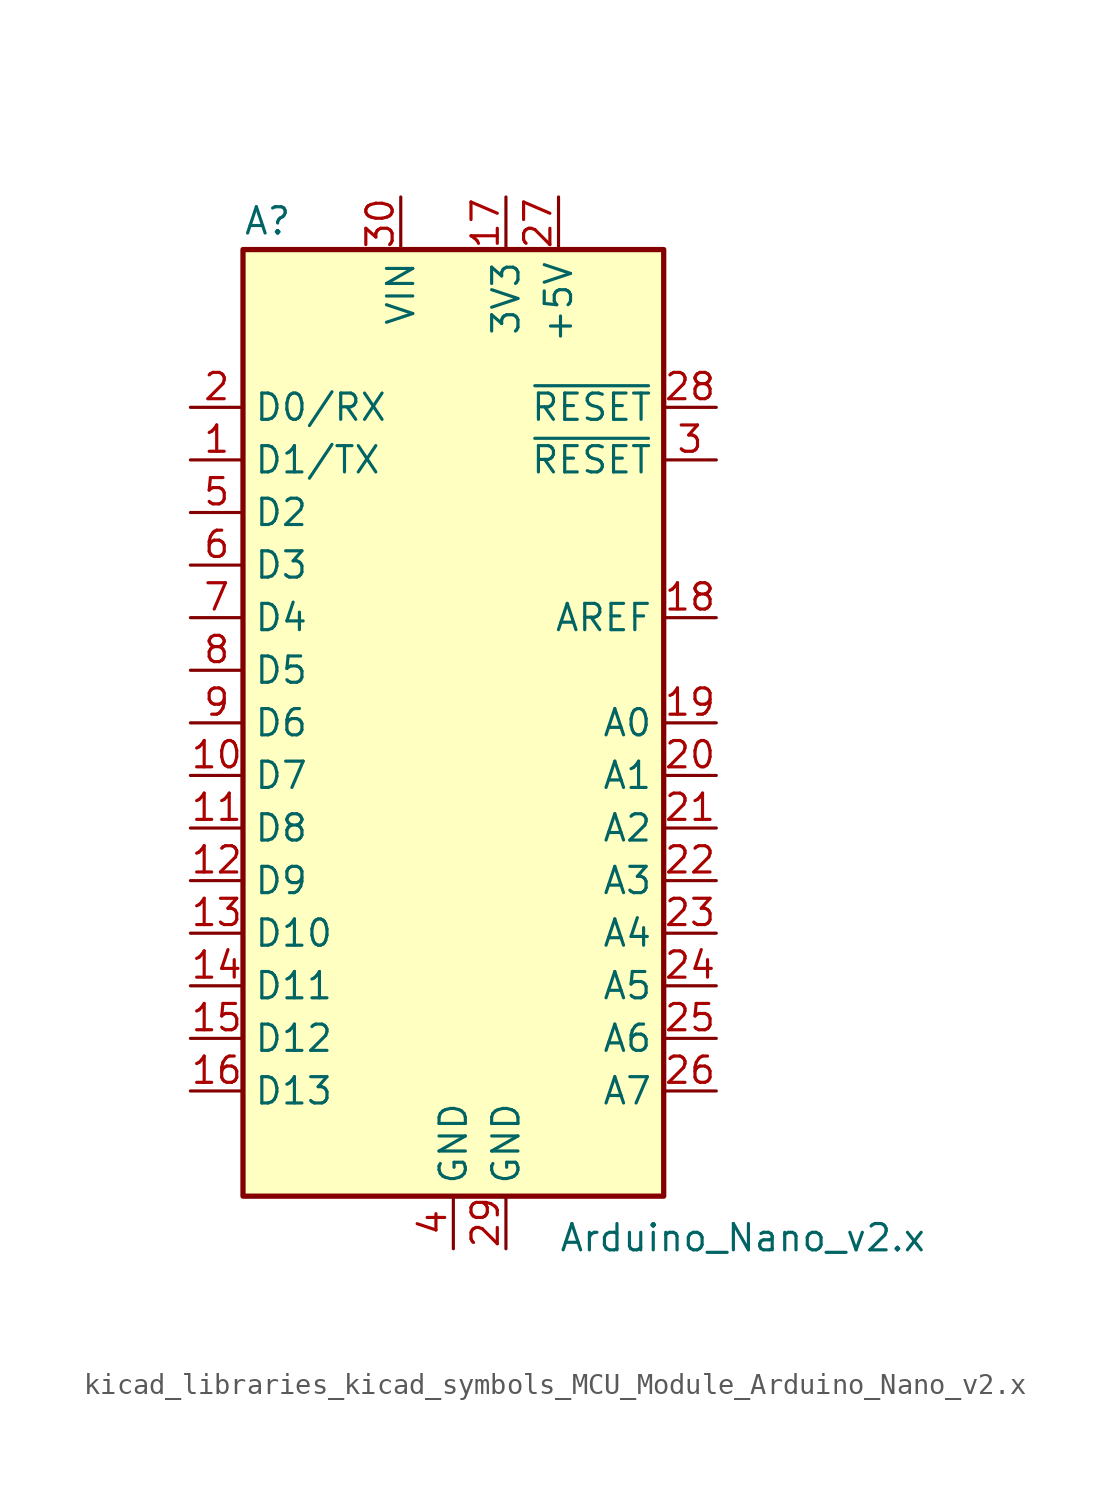
<source format=kicad_sym>
(kicad_symbol_lib
  (version 20220914)
  (generator kicad_symbol_editor)
  (symbol "kicad_libraries_kicad_symbols_MCU_Module_Arduino_Nano_v2.x"
    (property "Reference" "A"
      (at -10.16 23.495 0)
      (effects (font (size 1.27 1.27)) (justify left bottom)))
    (property "Value" "Arduino_Nano_v2.x"
      (at 5.08 -24.13 0)
      (effects (font (size 1.27 1.27)) (justify left top)))
    (symbol "kicad_libraries_kicad_symbols_MCU_Module_Arduino_Nano_v2.x_0_1"
      (rectangle (start -10.16 22.86) (end 10.16 -22.86) (stroke (width 0.254) (type default)) (fill (type background))))
    (symbol "kicad_libraries_kicad_symbols_MCU_Module_Arduino_Nano_v2.x_1_1"
      (pin bidirectional line (at -12.7 12.7 0) (length 2.54) (name "D1/TX" (effects (font (size 1.27 1.27)))) (number "1" (effects (font (size 1.27 1.27)))))
      (pin bidirectional line (at -12.7 -2.54 0) (length 2.54) (name "D7" (effects (font (size 1.27 1.27)))) (number "10" (effects (font (size 1.27 1.27)))))
      (pin bidirectional line (at -12.7 -5.08 0) (length 2.54) (name "D8" (effects (font (size 1.27 1.27)))) (number "11" (effects (font (size 1.27 1.27)))))
      (pin bidirectional line (at -12.7 -7.62 0) (length 2.54) (name "D9" (effects (font (size 1.27 1.27)))) (number "12" (effects (font (size 1.27 1.27)))))
      (pin bidirectional line (at -12.7 -10.16 0) (length 2.54) (name "D10" (effects (font (size 1.27 1.27)))) (number "13" (effects (font (size 1.27 1.27)))))
      (pin bidirectional line (at -12.7 -12.7 0) (length 2.54) (name "D11" (effects (font (size 1.27 1.27)))) (number "14" (effects (font (size 1.27 1.27)))))
      (pin bidirectional line (at -12.7 -15.24 0) (length 2.54) (name "D12" (effects (font (size 1.27 1.27)))) (number "15" (effects (font (size 1.27 1.27)))))
      (pin bidirectional line (at -12.7 -17.78 0) (length 2.54) (name "D13" (effects (font (size 1.27 1.27)))) (number "16" (effects (font (size 1.27 1.27)))))
      (pin power_out line (at 2.54 25.4 270) (length 2.54) (name "3V3" (effects (font (size 1.27 1.27)))) (number "17" (effects (font (size 1.27 1.27)))))
      (pin input line (at 12.7 5.08 180) (length 2.54) (name "AREF" (effects (font (size 1.27 1.27)))) (number "18" (effects (font (size 1.27 1.27)))))
      (pin bidirectional line (at 12.7 0 180) (length 2.54) (name "A0" (effects (font (size 1.27 1.27)))) (number "19" (effects (font (size 1.27 1.27)))))
      (pin bidirectional line (at -12.7 15.24 0) (length 2.54) (name "D0/RX" (effects (font (size 1.27 1.27)))) (number "2" (effects (font (size 1.27 1.27)))))
      (pin bidirectional line (at 12.7 -2.54 180) (length 2.54) (name "A1" (effects (font (size 1.27 1.27)))) (number "20" (effects (font (size 1.27 1.27)))))
      (pin bidirectional line (at 12.7 -5.08 180) (length 2.54) (name "A2" (effects (font (size 1.27 1.27)))) (number "21" (effects (font (size 1.27 1.27)))))
      (pin bidirectional line (at 12.7 -7.62 180) (length 2.54) (name "A3" (effects (font (size 1.27 1.27)))) (number "22" (effects (font (size 1.27 1.27)))))
      (pin bidirectional line (at 12.7 -10.16 180) (length 2.54) (name "A4" (effects (font (size 1.27 1.27)))) (number "23" (effects (font (size 1.27 1.27)))))
      (pin bidirectional line (at 12.7 -12.7 180) (length 2.54) (name "A5" (effects (font (size 1.27 1.27)))) (number "24" (effects (font (size 1.27 1.27)))))
      (pin bidirectional line (at 12.7 -15.24 180) (length 2.54) (name "A6" (effects (font (size 1.27 1.27)))) (number "25" (effects (font (size 1.27 1.27)))))
      (pin bidirectional line (at 12.7 -17.78 180) (length 2.54) (name "A7" (effects (font (size 1.27 1.27)))) (number "26" (effects (font (size 1.27 1.27)))))
      (pin power_out line (at 5.08 25.4 270) (length 2.54) (name "+5V" (effects (font (size 1.27 1.27)))) (number "27" (effects (font (size 1.27 1.27)))))
      (pin input line (at 12.7 15.24 180) (length 2.54) (name "~{RESET}" (effects (font (size 1.27 1.27)))) (number "28" (effects (font (size 1.27 1.27)))))
      (pin power_in line (at 2.54 -25.4 90) (length 2.54) (name "GND" (effects (font (size 1.27 1.27)))) (number "29" (effects (font (size 1.27 1.27)))))
      (pin input line (at 12.7 12.7 180) (length 2.54) (name "~{RESET}" (effects (font (size 1.27 1.27)))) (number "3" (effects (font (size 1.27 1.27)))))
      (pin power_in line (at -2.54 25.4 270) (length 2.54) (name "VIN" (effects (font (size 1.27 1.27)))) (number "30" (effects (font (size 1.27 1.27)))))
      (pin power_in line (at 0 -25.4 90) (length 2.54) (name "GND" (effects (font (size 1.27 1.27)))) (number "4" (effects (font (size 1.27 1.27)))))
      (pin bidirectional line (at -12.7 10.16 0) (length 2.54) (name "D2" (effects (font (size 1.27 1.27)))) (number "5" (effects (font (size 1.27 1.27)))))
      (pin bidirectional line (at -12.7 7.62 0) (length 2.54) (name "D3" (effects (font (size 1.27 1.27)))) (number "6" (effects (font (size 1.27 1.27)))))
      (pin bidirectional line (at -12.7 5.08 0) (length 2.54) (name "D4" (effects (font (size 1.27 1.27)))) (number "7" (effects (font (size 1.27 1.27)))))
      (pin bidirectional line (at -12.7 2.54 0) (length 2.54) (name "D5" (effects (font (size 1.27 1.27)))) (number "8" (effects (font (size 1.27 1.27)))))
      (pin bidirectional line (at -12.7 0 0) (length 2.54) (name "D6" (effects (font (size 1.27 1.27)))) (number "9" (effects (font (size 1.27 1.27))))))))
</source>
